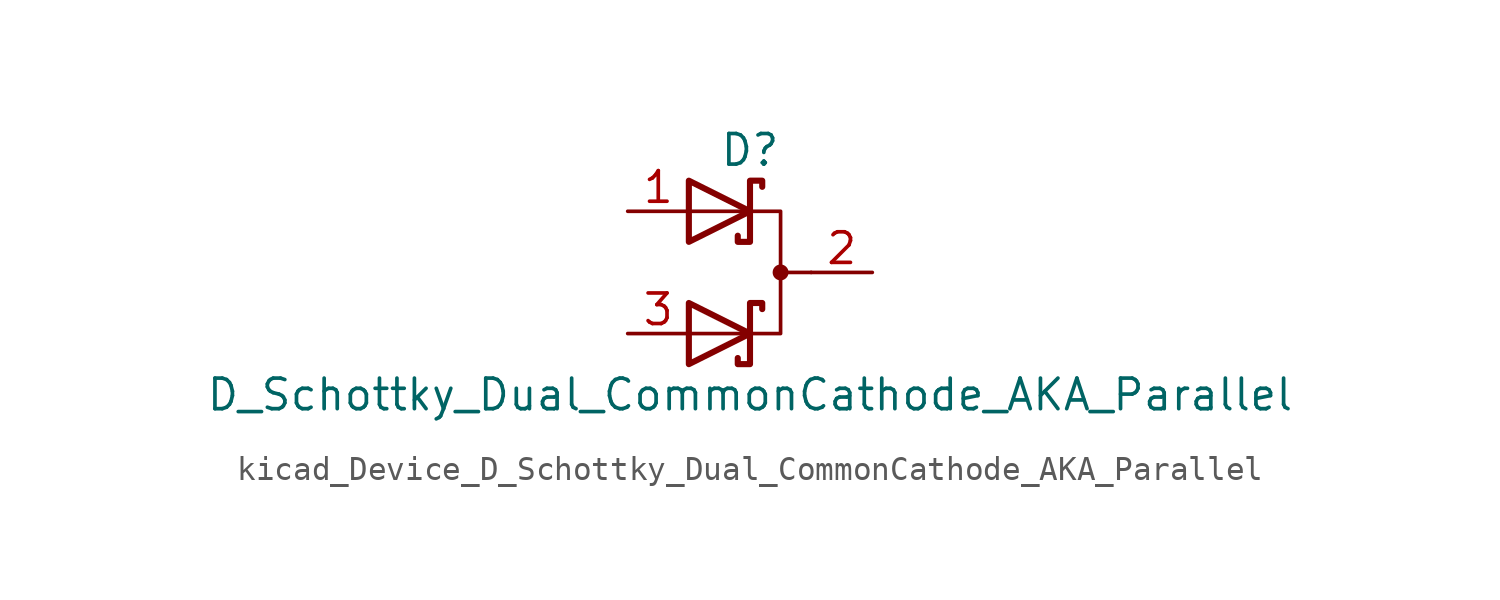
<source format=kicad_sym>
(kicad_symbol_lib
  (version 20220914)
  (generator kicad_symbol_editor)
  (symbol "kicad_Device_D_Schottky_Dual_CommonCathode_AKA_Parallel"
    (pin_names
      (offset 0.762) hide)
    (property "Reference" "D"
      (at 0 5.08 0)
      (effects (font (size 1.27 1.27))))
    (property "Value" "D_Schottky_Dual_CommonCathode_AKA_Parallel"
      (at 0 -5.08 0)
      (effects (font (size 1.27 1.27))))
    (symbol "kicad_Device_D_Schottky_Dual_CommonCathode_AKA_Parallel_0_1"
      (polyline (pts (xy 1.27 0) (xy 2.54 0)) (stroke (width 0) (type default)) (fill (type none)))
      (polyline (pts (xy -2.54 -2.54) (xy 1.27 -2.54) (xy 1.27 2.54) (xy -2.54 2.54)) (stroke (width 0) (type default)) (fill (type none)))
      (polyline (pts (xy -2.54 -1.27) (xy 0 -2.54) (xy -2.54 -3.81) (xy -2.54 -1.27) (xy -2.54 -1.27) (xy -2.54 -1.27)) (stroke (width 0.254) (type default)) (fill (type none)))
      (polyline (pts (xy -2.54 3.81) (xy 0 2.54) (xy -2.54 1.27) (xy -2.54 3.81) (xy -2.54 3.81) (xy -2.54 3.81)) (stroke (width 0.254) (type default)) (fill (type none)))
      (polyline (pts (xy 0.508 -1.524) (xy 0.508 -1.27) (xy 0 -1.27) (xy 0 -3.81) (xy -0.508 -3.81) (xy -0.508 -3.556)) (stroke (width 0.254) (type default)) (fill (type none)))
      (polyline (pts (xy 0.508 3.556) (xy 0.508 3.81) (xy 0 3.81) (xy 0 1.27) (xy -0.508 1.27) (xy -0.508 1.524)) (stroke (width 0.254) (type default)) (fill (type none)))
      (circle (center 1.27 0) (radius 0.254) (stroke (width 0) (type default)) (fill (type outline)))
      (pin passive line (at -5.08 2.54 0) (length 2.54) (name "K" (effects (font (size 1.27 1.27)))) (number "1" (effects (font (size 1.27 1.27)))))
      (pin passive line (at 5.08 0 180) (length 2.54) (name "A" (effects (font (size 1.27 1.27)))) (number "2" (effects (font (size 1.27 1.27)))))
      (pin passive line (at -5.08 -2.54 0) (length 2.54) (name "K" (effects (font (size 1.27 1.27)))) (number "3" (effects (font (size 1.27 1.27))))))))
</source>
